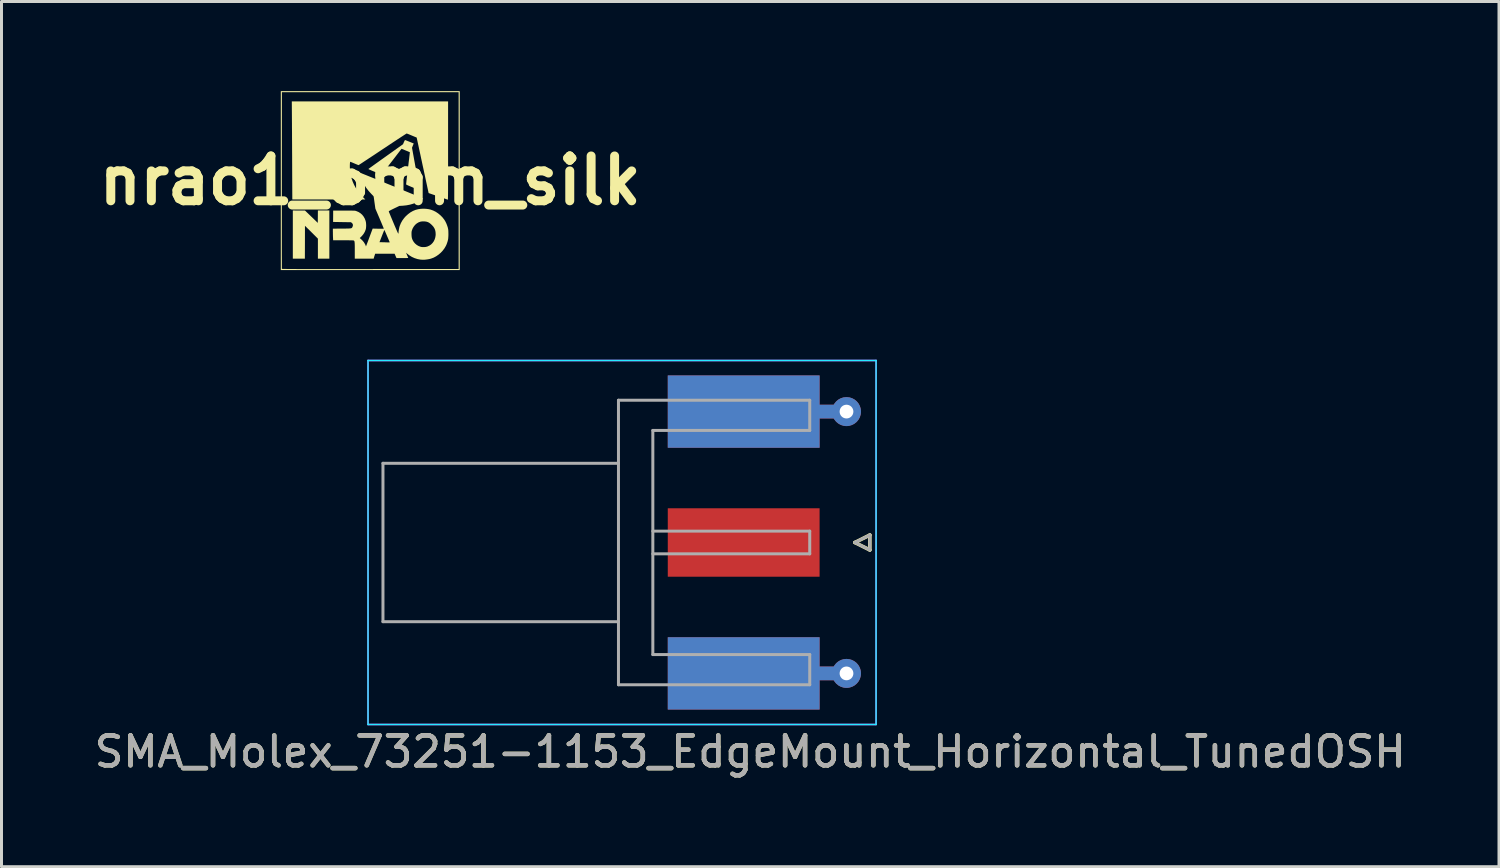
<source format=kicad_pcb>
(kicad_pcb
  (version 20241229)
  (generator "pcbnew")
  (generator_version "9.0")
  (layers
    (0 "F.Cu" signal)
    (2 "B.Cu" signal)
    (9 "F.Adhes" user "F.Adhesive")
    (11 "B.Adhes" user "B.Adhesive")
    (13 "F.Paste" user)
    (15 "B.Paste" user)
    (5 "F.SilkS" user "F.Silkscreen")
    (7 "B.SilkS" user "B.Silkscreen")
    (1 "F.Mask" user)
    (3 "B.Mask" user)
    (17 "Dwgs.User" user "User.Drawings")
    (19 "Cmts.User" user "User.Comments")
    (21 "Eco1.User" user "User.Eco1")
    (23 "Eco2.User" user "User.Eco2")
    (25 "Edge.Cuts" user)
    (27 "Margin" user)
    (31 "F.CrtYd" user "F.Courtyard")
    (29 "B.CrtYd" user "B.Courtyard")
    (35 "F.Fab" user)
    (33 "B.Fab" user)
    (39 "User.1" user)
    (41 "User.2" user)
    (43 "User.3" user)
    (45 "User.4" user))
  (footprint "SMA_Molex_73251-1153_EdgeMount_Horizontal_TunedOSH"
    (layer "F.Cu")
    (at 23.554 15.102)
    (property "Reference" "SMA_Molex_73251-1153_EdgeMount_Horizontal_TunedOSH" (at -1.5 7 0) (layer "F.SilkS") (effects (font (size 1 1) (thickness 0.15))))
    (attr smd)
    (fp_line (start 2 0) (end 2.5 -0.25) (stroke (width 0.12) (type solid)) (layer "F.SilkS"))
    (fp_line (start 2.5 -0.25) (end 2.5 0.25) (stroke (width 0.12) (type solid)) (layer "F.SilkS"))
    (fp_line (start 2.5 0.25) (end 2 0) (stroke (width 0.12) (type solid)) (layer "F.SilkS"))
    (fp_line (start -14.29 -6.09) (end -14.29 6.09) (stroke (width 0.05) (type solid)) (layer "B.CrtYd"))
    (fp_line (start -14.29 -6.09) (end 2.71 -6.09) (stroke (width 0.05) (type solid)) (layer "B.CrtYd"))
    (fp_line (start -14.29 6.09) (end 2.71 6.09) (stroke (width 0.05) (type solid)) (layer "B.CrtYd"))
    (fp_line (start 2.71 -6.09) (end 2.71 6.09) (stroke (width 0.05) (type solid)) (layer "B.CrtYd"))
    (fp_line (start -14.29 -6.09) (end -14.29 6.09) (stroke (width 0.05) (type solid)) (layer "F.CrtYd"))
    (fp_line (start -14.29 6.09) (end 2.71 6.09) (stroke (width 0.05) (type solid)) (layer "F.CrtYd"))
    (fp_line (start 2.71 -6.09) (end -14.29 -6.09) (stroke (width 0.05) (type solid)) (layer "F.CrtYd"))
    (fp_line (start 2.71 -6.09) (end 2.71 6.09) (stroke (width 0.05) (type solid)) (layer "F.CrtYd"))
    (fp_line (start -13.79 -2.65) (end -13.79 2.65) (stroke (width 0.1) (type solid)) (layer "F.Fab"))
    (fp_line (start -13.79 -2.65) (end -5.91 -2.65) (stroke (width 0.1) (type solid)) (layer "F.Fab"))
    (fp_line (start -13.79 2.65) (end -5.91 2.65) (stroke (width 0.1) (type solid)) (layer "F.Fab"))
    (fp_line (start -5.91 -4.76) (end -5.91 4.76) (stroke (width 0.1) (type solid)) (layer "F.Fab"))
    (fp_line (start -5.91 4.76) (end 0.49 4.76) (stroke (width 0.1) (type solid)) (layer "F.Fab"))
    (fp_line (start -4.76 -3.75) (end -4.76 3.75) (stroke (width 0.1) (type solid)) (layer "F.Fab"))
    (fp_line (start -4.76 -3.75) (end 0.49 -3.75) (stroke (width 0.1) (type solid)) (layer "F.Fab"))
    (fp_line (start -4.76 -0.38) (end 0.49 -0.38) (stroke (width 0.1) (type solid)) (layer "F.Fab"))
    (fp_line (start -4.76 0.38) (end 0.49 0.38) (stroke (width 0.1) (type solid)) (layer "F.Fab"))
    (fp_line (start -4.76 3.75) (end 0.49 3.75) (stroke (width 0.1) (type solid)) (layer "F.Fab"))
    (fp_line (start 0.49 -4.76) (end -5.91 -4.76) (stroke (width 0.1) (type solid)) (layer "F.Fab"))
    (fp_line (start 0.49 -4.76) (end 0.49 -3.75) (stroke (width 0.1) (type solid)) (layer "F.Fab"))
    (fp_line (start 0.49 -0.38) (end 0.49 0.38) (stroke (width 0.1) (type solid)) (layer "F.Fab"))
    (fp_line (start 0.49 3.75) (end 0.49 4.76) (stroke (width 0.1) (type solid)) (layer "F.Fab"))
    (fp_line (start 2 0) (end 2.5 0.25) (stroke (width 0.1) (type solid)) (layer "F.Fab"))
    (fp_line (start 2.5 -0.25) (end 2 0) (stroke (width 0.1) (type solid)) (layer "F.Fab"))
    (fp_line (start 2.5 0.25) (end 2.5 -0.25) (stroke (width 0.1) (type solid)) (layer "F.Fab"))
    (fp_text user "${REFERENCE}" (at -1.5 7 0) (layer "F.Fab") (effects (font (size 1 1) (thickness 0.15))))
    (pad "1" smd rect (at -1.72 0) (size 5.08 2.29) (layers "F.Cu" "F.Mask" "F.Paste"))
    (pad "2" smd rect (at -1.72 -4.38) (size 5.08 2.42) (layers "F.Cu" "F.Mask" "F.Paste"))
    (pad "2" smd rect (at -1.72 -4.38) (size 5.08 2.42) (layers "B.Cu" "B.Mask" "B.Paste"))
    (pad "2" smd rect (at -1.72 4.38) (size 5.08 2.42) (layers "F.Cu" "F.Mask" "F.Paste"))
    (pad "2" smd rect (at -1.72 4.38) (size 5.08 2.42) (layers "B.Cu" "B.Mask" "B.Paste"))
    (pad "2" smd rect (at 1.27 -4.38) (size 0.95 0.46) (layers "F.Cu"))
    (pad "2" smd rect (at 1.27 -4.38) (size 0.95 0.46) (layers "B.Cu"))
    (pad "2" smd rect (at 1.27 4.38) (size 0.95 0.46) (layers "F.Cu"))
    (pad "2" smd rect (at 1.27 4.38) (size 0.95 0.46) (layers "B.Cu"))
    (pad "2" thru_hole circle (at 1.72 -4.38) (size 0.97 0.97) (drill 0.46) (layers "*.Cu"))
    (pad "2" thru_hole circle (at 1.72 4.38) (size 0.97 0.97) (drill 0.46) (layers "*.Cu"))
    (zone (net_name "") (layer "In1.Cu") (name "GND Cutout") (hatch edge 0.5) (connect_pads) (min_thickness 0.25) (filled_areas_thickness no) (keepout (tracks not_allowed) (vias not_allowed) (pads not_allowed) (copperpour not_allowed) (footprints allowed)) (placement (enabled no)) (fill) (polygon (pts (xy 19.279 13.352) (xy 19.279 16.852) (xy 24.379 16.852) (xy 24.379 13.352)))))
  (footprint "nrao1_6mm_silk"
    (layer "F.Cu")
    (at 9.336 2.99)
    (property "Reference" "nrao1_6mm_silk" (at 0 0 0) (layer "F.SilkS") (effects (font (size 1.5 1.5) (thickness 0.3))))
    (attr board_only exclude_from_pos_files exclude_from_bom)
    (fp_poly (pts (xy -1.366 1.809) (xy -1.366 2.614) (xy -1.558 2.614) (xy -1.749 2.614) (xy -1.749 2.279) (xy -1.749 1.945) (xy -1.965 1.73) (xy -2.182 1.515) (xy -2.183 2.064) (xy -2.185 2.614) (xy -2.386 2.614) (xy -2.588 2.614) (xy -2.588 1.809) (xy -2.588 1.003) (xy -2.385 1.004) (xy -2.182 1.004) (xy -1.967 1.211) (xy -1.753 1.418) (xy -1.751 1.211) (xy -1.749 1.003) (xy -1.558 1.003) (xy -1.366 1.003)) (stroke (width 0) (type solid)) (fill yes) (layer "F.SilkS"))
    (fp_poly (pts (xy 2.997 0.003) (xy 2.997 2.997) (xy 0.003 2.997) (xy -2.99 2.997) (xy -2.99 1.454) (xy -2.956 1.454) (xy -2.956 1.613) (xy -2.956 1.764) (xy -2.956 1.909) (xy -2.956 2.046) (xy -2.956 2.175) (xy -2.956 2.296) (xy -2.956 2.408) (xy -2.956 2.511) (xy -2.955 2.605) (xy -2.955 2.688) (xy -2.955 2.761) (xy -2.955 2.823) (xy -2.955 2.873) (xy -2.955 2.912) (xy -2.954 2.939) (xy -2.954 2.953) (xy -2.954 2.956) (xy -2.952 2.956) (xy -2.944 2.957) (xy -2.932 2.957) (xy -2.914 2.958) (xy -2.891 2.959) (xy -2.862 2.959) (xy -2.826 2.959) (xy -2.784 2.96) (xy -2.735 2.96) (xy -2.678 2.961) (xy -2.614 2.961) (xy -2.543 2.961) (xy -2.463 2.962) (xy -2.375 2.962) (xy -2.277 2.962) (xy -2.171 2.962) (xy -2.056 2.962) (xy -1.931 2.962) (xy -1.795 2.962) (xy -1.65 2.963) (xy -1.494 2.963) (xy -1.327 2.963) (xy -1.148 2.963) (xy -0.958 2.963) (xy -0.757 2.962) (xy -0.543 2.962) (xy -0.316 2.962) (xy -0.077 2.962) (xy 0.005 2.962) (xy 2.96 2.96) (xy 2.96 0.003) (xy 2.96 -2.954) (xy 0.003 -2.954) (xy -2.954 -2.954) (xy -2.956 -0.003) (xy -2.956 0.193) (xy -2.956 0.387) (xy -2.956 0.577) (xy -2.956 0.762) (xy -2.956 0.943) (xy -2.956 1.119) (xy -2.956 1.289) (xy -2.956 1.454) (xy -2.99 1.454) (xy -2.99 0.003) (xy -2.99 -2.99) (xy 0.003 -2.99) (xy 2.997 -2.99)) (stroke (width 0) (type solid)) (fill yes) (layer "F.SilkS"))
    (fp_poly (pts (xy 1.177 -1.351) (xy 1.196 -1.344) (xy 1.224 -1.333) (xy 1.258 -1.32) (xy 1.297 -1.304) (xy 1.318 -1.296) (xy 1.457 -1.239) (xy 1.428 -1.168) (xy 1.4 -1.096) (xy 1.525 -0.405) (xy 1.542 -0.311) (xy 1.558 -0.22) (xy 1.574 -0.134) (xy 1.589 -0.053) (xy 1.602 0.023) (xy 1.615 0.091) (xy 1.626 0.151) (xy 1.635 0.203) (xy 1.643 0.245) (xy 1.649 0.277) (xy 1.653 0.297) (xy 1.654 0.305) (xy 1.655 0.318) (xy 1.652 0.323) (xy 1.645 0.32) (xy 1.627 0.313) (xy 1.6 0.302) (xy 1.565 0.288) (xy 1.523 0.271) (xy 1.475 0.252) (xy 1.426 0.232) (xy 1.365 0.207) (xy 1.316 0.186) (xy 1.277 0.169) (xy 1.248 0.156) (xy 1.227 0.146) (xy 1.213 0.138) (xy 1.205 0.132) (xy 1.203 0.128) (xy 1.203 0.12) (xy 1.205 0.099) (xy 1.209 0.068) (xy 1.213 0.026) (xy 1.219 -0.024) (xy 1.225 -0.082) (xy 1.233 -0.146) (xy 1.241 -0.216) (xy 1.25 -0.29) (xy 1.257 -0.347) (xy 1.269 -0.449) (xy 1.28 -0.538) (xy 1.289 -0.616) (xy 1.298 -0.684) (xy 1.305 -0.742) (xy 1.31 -0.79) (xy 1.315 -0.83) (xy 1.319 -0.863) (xy 1.322 -0.888) (xy 1.324 -0.908) (xy 1.326 -0.923) (xy 1.327 -0.933) (xy 1.327 -0.94) (xy 1.327 -0.944) (xy 1.327 -0.946) (xy 1.326 -0.947) (xy 1.326 -0.947) (xy 1.326 -0.947) (xy 1.319 -0.951) (xy 1.302 -0.958) (xy 1.276 -0.969) (xy 1.243 -0.983) (xy 1.205 -0.998) (xy 1.186 -1.006) (xy 1.05 -1.062) (xy 0.906 -0.876) (xy 0.87 -0.829) (xy 0.827 -0.773) (xy 0.78 -0.712) (xy 0.731 -0.648) (xy 0.68 -0.583) (xy 0.631 -0.519) (xy 0.585 -0.459) (xy 0.575 -0.446) (xy 0.537 -0.396) (xy 0.501 -0.35) (xy 0.469 -0.308) (xy 0.441 -0.271) (xy 0.418 -0.241) (xy 0.4 -0.218) (xy 0.389 -0.204) (xy 0.385 -0.199) (xy 0.379 -0.201) (xy 0.362 -0.207) (xy 0.335 -0.217) (xy 0.3 -0.231) (xy 0.259 -0.247) (xy 0.212 -0.266) (xy 0.161 -0.287) (xy 0.159 -0.288) (xy 0.098 -0.313) (xy 0.049 -0.333) (xy 0.011 -0.35) (xy -0.018 -0.363) (xy -0.039 -0.372) (xy -0.051 -0.38) (xy -0.057 -0.385) (xy -0.057 -0.388) (xy -0.051 -0.392) (xy -0.035 -0.404) (xy -0.009 -0.423) (xy 0.025 -0.448) (xy 0.068 -0.478) (xy 0.117 -0.514) (xy 0.173 -0.554) (xy 0.235 -0.598) (xy 0.302 -0.646) (xy 0.373 -0.697) (xy 0.448 -0.75) (xy 0.525 -0.805) (xy 1.099 -1.214) (xy 1.129 -1.285) (xy 1.145 -1.32) (xy 1.157 -1.343) (xy 1.166 -1.354) (xy 1.169 -1.354)) (stroke (width 0) (type solid)) (fill yes) (layer "F.SilkS"))
    (fp_poly (pts (xy 2.607 -1.003) (xy 2.607 -0.823) (xy 2.607 -0.656) (xy 2.607 -0.501) (xy 2.607 -0.358) (xy 2.607 -0.227) (xy 2.607 -0.107) (xy 2.607 0.002) (xy 2.606 0.102) (xy 2.606 0.191) (xy 2.606 0.271) (xy 2.606 0.341) (xy 2.605 0.403) (xy 2.605 0.457) (xy 2.604 0.503) (xy 2.604 0.542) (xy 2.603 0.573) (xy 2.602 0.598) (xy 2.602 0.617) (xy 2.601 0.63) (xy 2.6 0.637) (xy 2.599 0.64) (xy 2.599 0.64) (xy 2.591 0.638) (xy 2.572 0.632) (xy 2.543 0.622) (xy 2.506 0.609) (xy 2.46 0.594) (xy 2.408 0.576) (xy 2.351 0.556) (xy 2.29 0.535) (xy 2.273 0.53) (xy 1.956 0.42) (xy 1.858 -0.033) (xy 1.832 -0.157) (xy 1.806 -0.276) (xy 1.781 -0.394) (xy 1.755 -0.511) (xy 1.73 -0.63) (xy 1.703 -0.753) (xy 1.676 -0.882) (xy 1.646 -1.018) (xy 1.615 -1.163) (xy 1.593 -1.265) (xy 1.556 -1.437) (xy 1.393 -1.505) (xy 1.35 -1.523) (xy 1.31 -1.54) (xy 1.275 -1.554) (xy 1.248 -1.564) (xy 1.229 -1.571) (xy 1.221 -1.573) (xy 1.214 -1.57) (xy 1.197 -1.559) (xy 1.171 -1.543) (xy 1.136 -1.521) (xy 1.094 -1.493) (xy 1.045 -1.462) (xy 0.991 -1.426) (xy 0.931 -1.387) (xy 0.868 -1.345) (xy 0.801 -1.301) (xy 0.795 -1.297) (xy 0.656 -1.205) (xy 0.528 -1.119) (xy 0.409 -1.041) (xy 0.301 -0.969) (xy 0.202 -0.903) (xy 0.112 -0.843) (xy 0.031 -0.79) (xy -0.042 -0.742) (xy -0.106 -0.699) (xy -0.163 -0.662) (xy -0.213 -0.629) (xy -0.255 -0.601) (xy -0.291 -0.577) (xy -0.321 -0.558) (xy -0.345 -0.542) (xy -0.363 -0.531) (xy -0.376 -0.522) (xy -0.385 -0.517) (xy -0.389 -0.515) (xy -0.389 -0.515) (xy -0.397 -0.517) (xy -0.415 -0.524) (xy -0.441 -0.535) (xy -0.474 -0.548) (xy -0.512 -0.564) (xy -0.528 -0.571) (xy -0.567 -0.587) (xy -0.602 -0.602) (xy -0.631 -0.614) (xy -0.653 -0.622) (xy -0.665 -0.627) (xy -0.666 -0.627) (xy -0.671 -0.621) (xy -0.674 -0.603) (xy -0.677 -0.577) (xy -0.679 -0.543) (xy -0.68 -0.504) (xy -0.68 -0.461) (xy -0.679 -0.417) (xy -0.677 -0.374) (xy -0.673 -0.334) (xy -0.673 -0.329) (xy -0.654 -0.197) (xy -0.623 -0.071) (xy -0.58 0.05) (xy -0.538 0.144) (xy -0.492 0.23) (xy -0.443 0.309) (xy -0.389 0.385) (xy -0.328 0.46) (xy -0.257 0.537) (xy -0.245 0.55) (xy -0.163 0.634) (xy -1.384 0.634) (xy -2.605 0.634) (xy -2.61 -0.398) (xy -2.61 -0.526) (xy -2.611 -0.658) (xy -2.611 -0.794) (xy -2.612 -0.93) (xy -2.613 -1.067) (xy -2.613 -1.203) (xy -2.614 -1.335) (xy -2.615 -1.464) (xy -2.615 -1.587) (xy -2.616 -1.703) (xy -2.617 -1.811) (xy -2.617 -1.909) (xy -2.618 -1.996) (xy -2.618 -2.038) (xy -2.622 -2.647) (xy -0.008 -2.647) (xy 2.607 -2.647)) (stroke (width 0) (type solid)) (fill yes) (layer "F.SilkS"))
    (fp_poly (pts (xy -0.336 -0.259) (xy -0.318 -0.252) (xy -0.289 -0.241) (xy -0.249 -0.225) (xy -0.2 -0.205) (xy -0.142 -0.182) (xy -0.076 -0.155) (xy -0.001 -0.125) (xy 0.08 -0.092) (xy 0.169 -0.056) (xy 0.263 -0.018) (xy 0.362 0.023) (xy 0.467 0.065) (xy 0.575 0.11) (xy 0.687 0.155) (xy 0.722 0.17) (xy 0.856 0.224) (xy 0.977 0.274) (xy 1.088 0.319) (xy 1.188 0.36) (xy 1.278 0.397) (xy 1.358 0.43) (xy 1.429 0.459) (xy 1.492 0.485) (xy 1.546 0.508) (xy 1.593 0.528) (xy 1.634 0.545) (xy 1.667 0.559) (xy 1.695 0.571) (xy 1.718 0.581) (xy 1.736 0.59) (xy 1.749 0.596) (xy 1.759 0.601) (xy 1.765 0.605) (xy 1.769 0.609) (xy 1.77 0.611) (xy 1.77 0.613) (xy 1.769 0.614) (xy 1.768 0.615) (xy 1.749 0.628) (xy 1.721 0.645) (xy 1.687 0.664) (xy 1.651 0.684) (xy 1.614 0.703) (xy 1.58 0.72) (xy 1.553 0.732) (xy 1.441 0.776) (xy 1.33 0.808) (xy 1.216 0.83) (xy 1.097 0.843) (xy 1.073 0.844) (xy 0.974 0.85) (xy 0.796 0.937) (xy 0.745 0.962) (xy 0.705 0.982) (xy 0.674 0.998) (xy 0.652 1.01) (xy 0.637 1.019) (xy 0.628 1.026) (xy 0.623 1.031) (xy 0.622 1.036) (xy 0.623 1.037) (xy 0.626 1.045) (xy 0.633 1.065) (xy 0.646 1.094) (xy 0.661 1.132) (xy 0.68 1.178) (xy 0.702 1.231) (xy 0.727 1.29) (xy 0.753 1.353) (xy 0.781 1.419) (xy 0.783 1.424) (xy 0.816 1.503) (xy 0.845 1.57) (xy 0.869 1.626) (xy 0.889 1.672) (xy 0.905 1.709) (xy 0.918 1.737) (xy 0.928 1.757) (xy 0.936 1.769) (xy 0.941 1.775) (xy 0.945 1.775) (xy 0.947 1.769) (xy 0.949 1.758) (xy 0.949 1.744) (xy 0.95 1.726) (xy 0.95 1.725) (xy 0.952 1.695) (xy 0.958 1.656) (xy 0.966 1.614) (xy 0.975 1.571) (xy 0.985 1.533) (xy 0.99 1.518) (xy 1.028 1.425) (xy 1.076 1.339) (xy 1.136 1.257) (xy 1.188 1.198) (xy 1.266 1.127) (xy 1.346 1.067) (xy 1.431 1.019) (xy 1.52 0.982) (xy 1.525 0.981) (xy 1.607 0.96) (xy 1.695 0.947) (xy 1.787 0.943) (xy 1.879 0.948) (xy 1.969 0.961) (xy 2.026 0.975) (xy 2.112 1.006) (xy 2.195 1.048) (xy 2.276 1.102) (xy 2.351 1.164) (xy 2.42 1.234) (xy 2.48 1.311) (xy 2.486 1.32) (xy 2.517 1.372) (xy 2.547 1.433) (xy 2.573 1.499) (xy 2.595 1.565) (xy 2.608 1.621) (xy 2.613 1.653) (xy 2.616 1.695) (xy 2.617 1.744) (xy 2.618 1.797) (xy 2.617 1.849) (xy 2.614 1.899) (xy 2.611 1.942) (xy 2.606 1.976) (xy 2.605 1.98) (xy 2.591 2.036) (xy 2.572 2.094) (xy 2.551 2.15) (xy 2.533 2.188) (xy 2.486 2.269) (xy 2.428 2.346) (xy 2.362 2.417) (xy 2.288 2.48) (xy 2.208 2.535) (xy 2.125 2.58) (xy 2.04 2.612) (xy 2.038 2.613) (xy 1.971 2.63) (xy 1.897 2.642) (xy 1.822 2.65) (xy 1.75 2.651) (xy 1.685 2.647) (xy 1.684 2.647) (xy 1.583 2.628) (xy 1.485 2.597) (xy 1.393 2.555) (xy 1.308 2.502) (xy 1.253 2.459) (xy 1.201 2.416) (xy 1.214 2.447) (xy 1.222 2.468) (xy 1.234 2.496) (xy 1.247 2.526) (xy 1.25 2.535) (xy 1.261 2.559) (xy 1.269 2.579) (xy 1.273 2.59) (xy 1.274 2.592) (xy 1.268 2.593) (xy 1.25 2.593) (xy 1.222 2.594) (xy 1.186 2.594) (xy 1.143 2.594) (xy 1.095 2.594) (xy 1.077 2.594) (xy 0.88 2.594) (xy 0.848 2.522) (xy 0.817 2.449) (xy 0.492 2.449) (xy 0.167 2.449) (xy 0.147 2.513) (xy 0.137 2.543) (xy 0.129 2.569) (xy 0.124 2.589) (xy 0.122 2.596) (xy 0.117 2.614) (xy -0.199 2.614) (xy -0.515 2.614) (xy -0.515 2.35) (xy -0.515 2.276) (xy -0.515 2.213) (xy -0.516 2.162) (xy -0.517 2.12) (xy -0.519 2.087) (xy -0.522 2.061) (xy -0.525 2.042) (xy -0.529 2.028) (xy -0.535 2.019) (xy -0.541 2.012) (xy -0.543 2.01) (xy -0.548 2.008) (xy -0.556 2.006) (xy -0.568 2.004) (xy -0.585 2.003) (xy -0.609 2.002) (xy -0.64 2.001) (xy -0.68 2.001) (xy -0.729 2) (xy -0.789 2) (xy -0.86 2) (xy -0.898 2) (xy -1.239 2) (xy -1.243 1.916) (xy -1.245 1.878) (xy -1.246 1.832) (xy -1.247 1.783) (xy -1.247 1.736) (xy -1.248 1.721) (xy -1.248 1.611) (xy -0.952 1.609) (xy -0.878 1.609) (xy -0.815 1.608) (xy -0.764 1.607) (xy -0.722 1.606) (xy -0.689 1.604) (xy -0.663 1.602) (xy -0.643 1.599) (xy -0.629 1.594) (xy -0.618 1.589) (xy -0.61 1.582) (xy -0.604 1.573) (xy -0.598 1.563) (xy -0.596 1.559) (xy -0.58 1.521) (xy -0.577 1.485) (xy -0.586 1.452) (xy -0.608 1.424) (xy -0.618 1.415) (xy -0.643 1.396) (xy -0.904 1.392) (xy -0.963 1.391) (xy -1.019 1.39) (xy -1.071 1.389) (xy -1.117 1.388) (xy -1.155 1.388) (xy -1.184 1.387) (xy -1.201 1.387) (xy -1.203 1.387) (xy -1.241 1.386) (xy -1.239 1.196) (xy -1.238 1.007) (xy -0.875 1.007) (xy -0.796 1.007) (xy -0.73 1.007) (xy -0.674 1.007) (xy -0.629 1.007) (xy -0.591 1.008) (xy -0.562 1.008) (xy -0.538 1.009) (xy -0.52 1.01) (xy -0.505 1.012) (xy -0.494 1.014) (xy -0.484 1.016) (xy -0.474 1.019) (xy -0.466 1.022) (xy -0.391 1.053) (xy -0.325 1.095) (xy -0.267 1.146) (xy -0.219 1.207) (xy -0.18 1.276) (xy -0.151 1.355) (xy -0.151 1.357) (xy -0.141 1.402) (xy -0.136 1.455) (xy -0.134 1.51) (xy -0.137 1.565) (xy -0.143 1.614) (xy -0.151 1.644) (xy -0.18 1.718) (xy -0.222 1.789) (xy -0.274 1.853) (xy -0.31 1.889) (xy -0.349 1.925) (xy -0.312 1.957) (xy -0.258 2.008) (xy -0.21 2.066) (xy -0.173 2.127) (xy -0.159 2.154) (xy -0.151 2.175) (xy -0.146 2.191) (xy -0.145 2.197) (xy -0.143 2.203) (xy -0.14 2.201) (xy -0.136 2.194) (xy -0.129 2.175) (xy -0.118 2.147) (xy -0.104 2.11) (xy -0.087 2.065) (xy -0.086 2.063) (xy 0.312 2.063) (xy 0.441 2.066) (xy 0.485 2.067) (xy 0.526 2.069) (xy 0.564 2.07) (xy 0.593 2.071) (xy 0.612 2.071) (xy 0.634 2.071) (xy 0.648 2.07) (xy 0.653 2.068) (xy 0.651 2.06) (xy 0.644 2.043) (xy 0.633 2.016) (xy 0.619 1.983) (xy 0.603 1.945) (xy 0.585 1.903) (xy 0.566 1.86) (xy 0.548 1.816) (xy 0.537 1.792) (xy 1.383 1.792) (xy 1.385 1.847) (xy 1.389 1.892) (xy 1.398 1.933) (xy 1.412 1.972) (xy 1.423 1.997) (xy 1.458 2.057) (xy 1.504 2.11) (xy 1.559 2.156) (xy 1.62 2.192) (xy 1.687 2.217) (xy 1.706 2.222) (xy 1.752 2.228) (xy 1.804 2.228) (xy 1.857 2.223) (xy 1.905 2.212) (xy 1.916 2.208) (xy 1.98 2.179) (xy 2.038 2.14) (xy 2.087 2.091) (xy 2.128 2.034) (xy 2.159 1.969) (xy 2.18 1.899) (xy 2.191 1.824) (xy 2.191 1.792) (xy 2.187 1.722) (xy 2.174 1.66) (xy 2.151 1.603) (xy 2.117 1.548) (xy 2.07 1.495) (xy 2.063 1.488) (xy 2.019 1.448) (xy 1.979 1.417) (xy 1.938 1.395) (xy 1.895 1.38) (xy 1.881 1.377) (xy 1.838 1.37) (xy 1.79 1.367) (xy 1.742 1.368) (xy 1.699 1.374) (xy 1.686 1.376) (xy 1.622 1.399) (xy 1.562 1.434) (xy 1.509 1.479) (xy 1.463 1.534) (xy 1.425 1.597) (xy 1.402 1.654) (xy 1.394 1.677) (xy 1.389 1.698) (xy 1.385 1.719) (xy 1.384 1.745) (xy 1.383 1.779) (xy 1.383 1.792) (xy 0.537 1.792) (xy 0.53 1.775) (xy 0.513 1.737) (xy 0.499 1.704) (xy 0.487 1.679) (xy 0.48 1.662) (xy 0.476 1.655) (xy 0.473 1.66) (xy 0.465 1.676) (xy 0.454 1.701) (xy 0.44 1.735) (xy 0.424 1.775) (xy 0.406 1.821) (xy 0.392 1.857) (xy 0.312 2.063) (xy -0.086 2.063) (xy -0.068 2.015) (xy -0.047 1.959) (xy -0.026 1.902) (xy 0.083 1.609) (xy 0.269 1.613) (xy 0.326 1.614) (xy 0.371 1.614) (xy 0.405 1.614) (xy 0.43 1.614) (xy 0.446 1.612) (xy 0.454 1.611) (xy 0.455 1.609) (xy 0.453 1.601) (xy 0.446 1.583) (xy 0.434 1.555) (xy 0.419 1.518) (xy 0.4 1.473) (xy 0.379 1.422) (xy 0.355 1.366) (xy 0.329 1.305) (xy 0.315 1.271) (xy 0.174 0.941) (xy 0.15 0.769) (xy 0.143 0.721) (xy 0.137 0.675) (xy 0.131 0.634) (xy 0.126 0.6) (xy 0.123 0.574) (xy 0.121 0.562) (xy 0.119 0.549) (xy 0.116 0.537) (xy 0.111 0.526) (xy 0.101 0.513) (xy 0.086 0.497) (xy 0.064 0.474) (xy 0.04 0.45) (xy -0.053 0.348) (xy -0.135 0.242) (xy -0.204 0.13) (xy -0.261 0.013) (xy -0.303 -0.097) (xy -0.315 -0.138) (xy -0.326 -0.176) (xy -0.335 -0.209) (xy -0.34 -0.236) (xy -0.343 -0.254) (xy -0.342 -0.261)) (stroke (width 0) (type solid)) (fill yes) (layer "F.SilkS")))
  (gr_rect
    (start -3 -3)
    (end 47.107 25.95)
    (stroke (width 0.1) (type default))
    (fill no)
    (layer "Edge.Cuts")))
</source>
